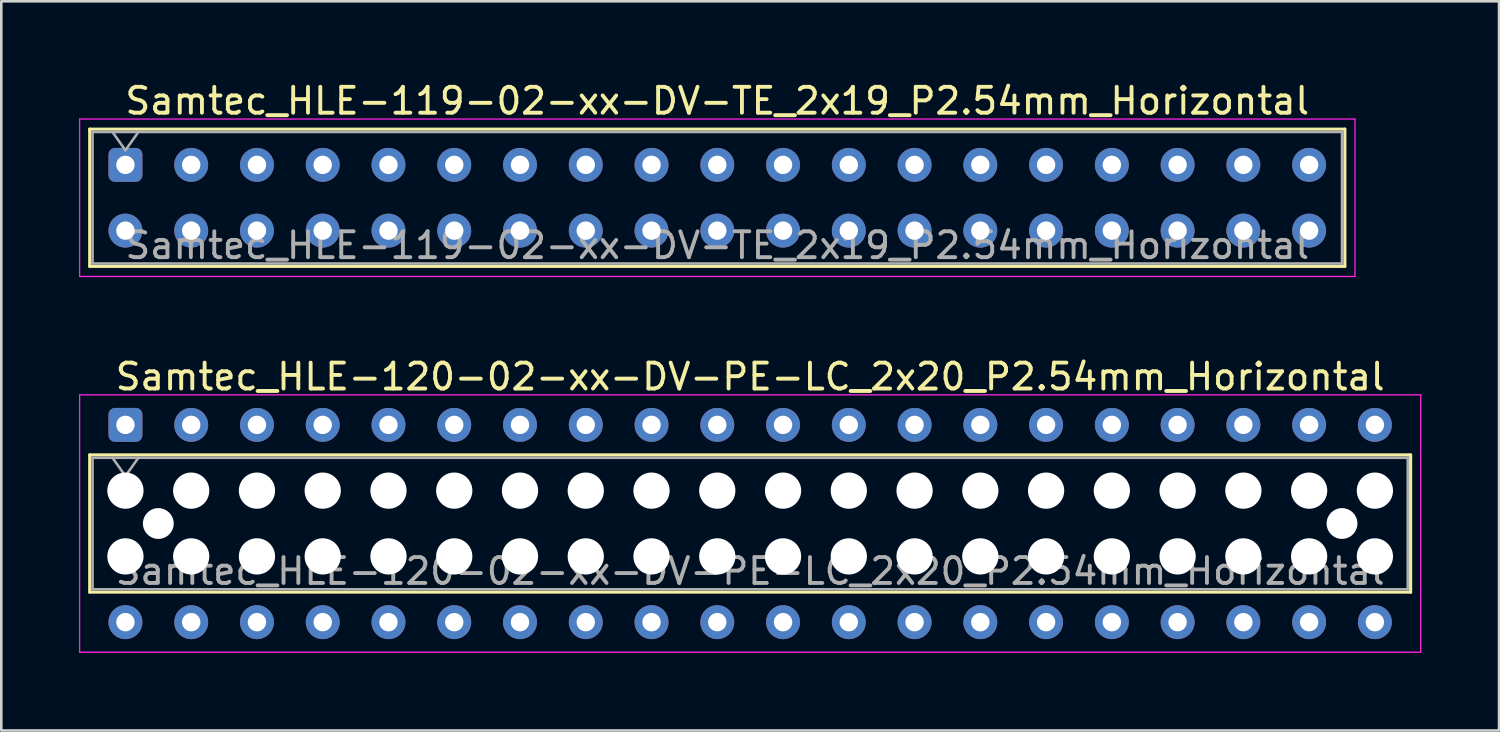
<source format=kicad_pcb>
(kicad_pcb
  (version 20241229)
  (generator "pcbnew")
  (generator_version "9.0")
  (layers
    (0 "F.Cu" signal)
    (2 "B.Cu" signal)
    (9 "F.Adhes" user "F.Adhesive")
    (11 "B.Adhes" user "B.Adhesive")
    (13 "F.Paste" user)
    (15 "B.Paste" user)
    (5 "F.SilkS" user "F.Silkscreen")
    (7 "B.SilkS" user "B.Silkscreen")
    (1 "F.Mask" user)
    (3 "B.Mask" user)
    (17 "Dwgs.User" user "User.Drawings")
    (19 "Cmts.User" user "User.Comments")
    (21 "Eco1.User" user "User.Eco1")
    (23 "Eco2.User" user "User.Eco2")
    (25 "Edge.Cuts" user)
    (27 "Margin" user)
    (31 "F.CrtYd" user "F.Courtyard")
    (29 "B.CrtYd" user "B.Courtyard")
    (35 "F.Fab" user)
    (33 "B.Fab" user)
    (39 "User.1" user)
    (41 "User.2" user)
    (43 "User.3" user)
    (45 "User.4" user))
  (footprint "Samtec_HLE-119-02-xx-DV-TE_2x19_P2.54mm_Horizontal"
    (layer "F.Cu")
    (at 1.795 3.318)
    (property "Reference" "Samtec_HLE-119-02-xx-DV-TE_2x19_P2.54mm_Horizontal" (at 22.86 -2.47 0) (layer "F.SilkS") (effects (font (size 1 1) (thickness 0.15))))
    (attr through_hole)
    (fp_line (start -1.38 -1.38) (end 47.1 -1.38) (stroke (width 0.12) (type solid)) (layer "F.SilkS"))
    (fp_line (start -1.38 3.92) (end -1.38 -1.38) (stroke (width 0.12) (type solid)) (layer "F.SilkS"))
    (fp_line (start 47.1 -1.38) (end 47.1 3.92) (stroke (width 0.12) (type solid)) (layer "F.SilkS"))
    (fp_line (start 47.1 3.92) (end -1.38 3.92) (stroke (width 0.12) (type solid)) (layer "F.SilkS"))
    (fp_line (start -1.77 -1.77) (end 47.49 -1.77) (stroke (width 0.05) (type solid)) (layer "F.CrtYd"))
    (fp_line (start -1.77 4.31) (end -1.77 -1.77) (stroke (width 0.05) (type solid)) (layer "F.CrtYd"))
    (fp_line (start 47.49 -1.77) (end 47.49 4.31) (stroke (width 0.05) (type solid)) (layer "F.CrtYd"))
    (fp_line (start 47.49 4.31) (end -1.77 4.31) (stroke (width 0.05) (type solid)) (layer "F.CrtYd"))
    (fp_line (start -1.27 -1.27) (end 46.99 -1.27) (stroke (width 0.1) (type solid)) (layer "F.Fab"))
    (fp_line (start -1.27 3.81) (end -1.27 -1.27) (stroke (width 0.1) (type solid)) (layer "F.Fab"))
    (fp_line (start -0.5 -1.27) (end 0 -0.563) (stroke (width 0.1) (type solid)) (layer "F.Fab"))
    (fp_line (start 0 -0.563) (end 0.5 -1.27) (stroke (width 0.1) (type solid)) (layer "F.Fab"))
    (fp_line (start 46.99 -1.27) (end 46.99 3.81) (stroke (width 0.1) (type solid)) (layer "F.Fab"))
    (fp_line (start 46.99 3.81) (end -1.27 3.81) (stroke (width 0.1) (type solid)) (layer "F.Fab"))
    (fp_text user "${REFERENCE}" (at 22.86 3.11 0) (layer "F.Fab") (effects (font (size 1 1) (thickness 0.15))))
    (pad "1" thru_hole roundrect (at 0 0) (size 1.31 1.31) (drill 0.71) (layers "*.Cu" "*.Mask") (roundrect_rratio 0.191))
    (pad "2" thru_hole circle (at 0 2.54) (size 1.31 1.31) (drill 0.71) (layers "*.Cu" "*.Mask"))
    (pad "3" thru_hole circle (at 2.54 0) (size 1.31 1.31) (drill 0.71) (layers "*.Cu" "*.Mask"))
    (pad "4" thru_hole circle (at 2.54 2.54) (size 1.31 1.31) (drill 0.71) (layers "*.Cu" "*.Mask"))
    (pad "5" thru_hole circle (at 5.08 0) (size 1.31 1.31) (drill 0.71) (layers "*.Cu" "*.Mask"))
    (pad "6" thru_hole circle (at 5.08 2.54) (size 1.31 1.31) (drill 0.71) (layers "*.Cu" "*.Mask"))
    (pad "7" thru_hole circle (at 7.62 0) (size 1.31 1.31) (drill 0.71) (layers "*.Cu" "*.Mask"))
    (pad "8" thru_hole circle (at 7.62 2.54) (size 1.31 1.31) (drill 0.71) (layers "*.Cu" "*.Mask"))
    (pad "9" thru_hole circle (at 10.16 0) (size 1.31 1.31) (drill 0.71) (layers "*.Cu" "*.Mask"))
    (pad "10" thru_hole circle (at 10.16 2.54) (size 1.31 1.31) (drill 0.71) (layers "*.Cu" "*.Mask"))
    (pad "11" thru_hole circle (at 12.7 0) (size 1.31 1.31) (drill 0.71) (layers "*.Cu" "*.Mask"))
    (pad "12" thru_hole circle (at 12.7 2.54) (size 1.31 1.31) (drill 0.71) (layers "*.Cu" "*.Mask"))
    (pad "13" thru_hole circle (at 15.24 0) (size 1.31 1.31) (drill 0.71) (layers "*.Cu" "*.Mask"))
    (pad "14" thru_hole circle (at 15.24 2.54) (size 1.31 1.31) (drill 0.71) (layers "*.Cu" "*.Mask"))
    (pad "15" thru_hole circle (at 17.78 0) (size 1.31 1.31) (drill 0.71) (layers "*.Cu" "*.Mask"))
    (pad "16" thru_hole circle (at 17.78 2.54) (size 1.31 1.31) (drill 0.71) (layers "*.Cu" "*.Mask"))
    (pad "17" thru_hole circle (at 20.32 0) (size 1.31 1.31) (drill 0.71) (layers "*.Cu" "*.Mask"))
    (pad "18" thru_hole circle (at 20.32 2.54) (size 1.31 1.31) (drill 0.71) (layers "*.Cu" "*.Mask"))
    (pad "19" thru_hole circle (at 22.86 0) (size 1.31 1.31) (drill 0.71) (layers "*.Cu" "*.Mask"))
    (pad "20" thru_hole circle (at 22.86 2.54) (size 1.31 1.31) (drill 0.71) (layers "*.Cu" "*.Mask"))
    (pad "21" thru_hole circle (at 25.4 0) (size 1.31 1.31) (drill 0.71) (layers "*.Cu" "*.Mask"))
    (pad "22" thru_hole circle (at 25.4 2.54) (size 1.31 1.31) (drill 0.71) (layers "*.Cu" "*.Mask"))
    (pad "23" thru_hole circle (at 27.94 0) (size 1.31 1.31) (drill 0.71) (layers "*.Cu" "*.Mask"))
    (pad "24" thru_hole circle (at 27.94 2.54) (size 1.31 1.31) (drill 0.71) (layers "*.Cu" "*.Mask"))
    (pad "25" thru_hole circle (at 30.48 0) (size 1.31 1.31) (drill 0.71) (layers "*.Cu" "*.Mask"))
    (pad "26" thru_hole circle (at 30.48 2.54) (size 1.31 1.31) (drill 0.71) (layers "*.Cu" "*.Mask"))
    (pad "27" thru_hole circle (at 33.02 0) (size 1.31 1.31) (drill 0.71) (layers "*.Cu" "*.Mask"))
    (pad "28" thru_hole circle (at 33.02 2.54) (size 1.31 1.31) (drill 0.71) (layers "*.Cu" "*.Mask"))
    (pad "29" thru_hole circle (at 35.56 0) (size 1.31 1.31) (drill 0.71) (layers "*.Cu" "*.Mask"))
    (pad "30" thru_hole circle (at 35.56 2.54) (size 1.31 1.31) (drill 0.71) (layers "*.Cu" "*.Mask"))
    (pad "31" thru_hole circle (at 38.1 0) (size 1.31 1.31) (drill 0.71) (layers "*.Cu" "*.Mask"))
    (pad "32" thru_hole circle (at 38.1 2.54) (size 1.31 1.31) (drill 0.71) (layers "*.Cu" "*.Mask"))
    (pad "33" thru_hole circle (at 40.64 0) (size 1.31 1.31) (drill 0.71) (layers "*.Cu" "*.Mask"))
    (pad "34" thru_hole circle (at 40.64 2.54) (size 1.31 1.31) (drill 0.71) (layers "*.Cu" "*.Mask"))
    (pad "35" thru_hole circle (at 43.18 0) (size 1.31 1.31) (drill 0.71) (layers "*.Cu" "*.Mask"))
    (pad "36" thru_hole circle (at 43.18 2.54) (size 1.31 1.31) (drill 0.71) (layers "*.Cu" "*.Mask"))
    (pad "37" thru_hole circle (at 45.72 0) (size 1.31 1.31) (drill 0.71) (layers "*.Cu" "*.Mask"))
    (pad "38" thru_hole circle (at 45.72 2.54) (size 1.31 1.31) (drill 0.71) (layers "*.Cu" "*.Mask")))
  (footprint "Samtec_HLE-120-02-xx-DV-PE-LC_2x20_P2.54mm_Horizontal"
    (layer "F.Cu")
    (at 1.795 13.361)
    (property "Reference" "Samtec_HLE-120-02-xx-DV-PE-LC_2x20_P2.54mm_Horizontal" (at 24.13 -1.86 0) (layer "F.SilkS") (effects (font (size 1 1) (thickness 0.15))))
    (attr through_hole)
    (fp_line (start -1.38 1.16) (end 49.64 1.16) (stroke (width 0.12) (type solid)) (layer "F.SilkS"))
    (fp_line (start -1.38 6.46) (end -1.38 1.16) (stroke (width 0.12) (type solid)) (layer "F.SilkS"))
    (fp_line (start 49.64 1.16) (end 49.64 6.46) (stroke (width 0.12) (type solid)) (layer "F.SilkS"))
    (fp_line (start 49.64 6.46) (end -1.38 6.46) (stroke (width 0.12) (type solid)) (layer "F.SilkS"))
    (fp_line (start -1.77 -1.16) (end 50.03 -1.16) (stroke (width 0.05) (type solid)) (layer "F.CrtYd"))
    (fp_line (start -1.77 8.78) (end -1.77 -1.16) (stroke (width 0.05) (type solid)) (layer "F.CrtYd"))
    (fp_line (start 50.03 -1.16) (end 50.03 8.78) (stroke (width 0.05) (type solid)) (layer "F.CrtYd"))
    (fp_line (start 50.03 8.78) (end -1.77 8.78) (stroke (width 0.05) (type solid)) (layer "F.CrtYd"))
    (fp_line (start -1.27 1.27) (end 49.53 1.27) (stroke (width 0.1) (type solid)) (layer "F.Fab"))
    (fp_line (start -1.27 6.35) (end -1.27 1.27) (stroke (width 0.1) (type solid)) (layer "F.Fab"))
    (fp_line (start -0.5 1.27) (end 0 1.977) (stroke (width 0.1) (type solid)) (layer "F.Fab"))
    (fp_line (start 0 1.977) (end 0.5 1.27) (stroke (width 0.1) (type solid)) (layer "F.Fab"))
    (fp_line (start 49.53 1.27) (end 49.53 6.35) (stroke (width 0.1) (type solid)) (layer "F.Fab"))
    (fp_line (start 49.53 6.35) (end -1.27 6.35) (stroke (width 0.1) (type solid)) (layer "F.Fab"))
    (fp_text user "${REFERENCE}" (at 24.13 5.65 0) (layer "F.Fab") (effects (font (size 1 1) (thickness 0.15))))
    (pad "" np_thru_hole circle (at 0 2.54) (size 1.4 1.4) (drill 1.4) (layers "*.Cu" "*.Mask"))
    (pad "" np_thru_hole circle (at 0 5.08) (size 1.4 1.4) (drill 1.4) (layers "*.Cu" "*.Mask"))
    (pad "" np_thru_hole circle (at 1.27 3.81) (size 1.19 1.19) (drill 1.19) (layers "*.Cu" "*.Mask"))
    (pad "" np_thru_hole circle (at 2.54 2.54) (size 1.4 1.4) (drill 1.4) (layers "*.Cu" "*.Mask"))
    (pad "" np_thru_hole circle (at 2.54 5.08) (size 1.4 1.4) (drill 1.4) (layers "*.Cu" "*.Mask"))
    (pad "" np_thru_hole circle (at 5.08 2.54) (size 1.4 1.4) (drill 1.4) (layers "*.Cu" "*.Mask"))
    (pad "" np_thru_hole circle (at 5.08 5.08) (size 1.4 1.4) (drill 1.4) (layers "*.Cu" "*.Mask"))
    (pad "" np_thru_hole circle (at 7.62 2.54) (size 1.4 1.4) (drill 1.4) (layers "*.Cu" "*.Mask"))
    (pad "" np_thru_hole circle (at 7.62 5.08) (size 1.4 1.4) (drill 1.4) (layers "*.Cu" "*.Mask"))
    (pad "" np_thru_hole circle (at 10.16 2.54) (size 1.4 1.4) (drill 1.4) (layers "*.Cu" "*.Mask"))
    (pad "" np_thru_hole circle (at 10.16 5.08) (size 1.4 1.4) (drill 1.4) (layers "*.Cu" "*.Mask"))
    (pad "" np_thru_hole circle (at 12.7 2.54) (size 1.4 1.4) (drill 1.4) (layers "*.Cu" "*.Mask"))
    (pad "" np_thru_hole circle (at 12.7 5.08) (size 1.4 1.4) (drill 1.4) (layers "*.Cu" "*.Mask"))
    (pad "" np_thru_hole circle (at 15.24 2.54) (size 1.4 1.4) (drill 1.4) (layers "*.Cu" "*.Mask"))
    (pad "" np_thru_hole circle (at 15.24 5.08) (size 1.4 1.4) (drill 1.4) (layers "*.Cu" "*.Mask"))
    (pad "" np_thru_hole circle (at 17.78 2.54) (size 1.4 1.4) (drill 1.4) (layers "*.Cu" "*.Mask"))
    (pad "" np_thru_hole circle (at 17.78 5.08) (size 1.4 1.4) (drill 1.4) (layers "*.Cu" "*.Mask"))
    (pad "" np_thru_hole circle (at 20.32 2.54) (size 1.4 1.4) (drill 1.4) (layers "*.Cu" "*.Mask"))
    (pad "" np_thru_hole circle (at 20.32 5.08) (size 1.4 1.4) (drill 1.4) (layers "*.Cu" "*.Mask"))
    (pad "" np_thru_hole circle (at 22.86 2.54) (size 1.4 1.4) (drill 1.4) (layers "*.Cu" "*.Mask"))
    (pad "" np_thru_hole circle (at 22.86 5.08) (size 1.4 1.4) (drill 1.4) (layers "*.Cu" "*.Mask"))
    (pad "" np_thru_hole circle (at 25.4 2.54) (size 1.4 1.4) (drill 1.4) (layers "*.Cu" "*.Mask"))
    (pad "" np_thru_hole circle (at 25.4 5.08) (size 1.4 1.4) (drill 1.4) (layers "*.Cu" "*.Mask"))
    (pad "" np_thru_hole circle (at 27.94 2.54) (size 1.4 1.4) (drill 1.4) (layers "*.Cu" "*.Mask"))
    (pad "" np_thru_hole circle (at 27.94 5.08) (size 1.4 1.4) (drill 1.4) (layers "*.Cu" "*.Mask"))
    (pad "" np_thru_hole circle (at 30.48 2.54) (size 1.4 1.4) (drill 1.4) (layers "*.Cu" "*.Mask"))
    (pad "" np_thru_hole circle (at 30.48 5.08) (size 1.4 1.4) (drill 1.4) (layers "*.Cu" "*.Mask"))
    (pad "" np_thru_hole circle (at 33.02 2.54) (size 1.4 1.4) (drill 1.4) (layers "*.Cu" "*.Mask"))
    (pad "" np_thru_hole circle (at 33.02 5.08) (size 1.4 1.4) (drill 1.4) (layers "*.Cu" "*.Mask"))
    (pad "" np_thru_hole circle (at 35.56 2.54) (size 1.4 1.4) (drill 1.4) (layers "*.Cu" "*.Mask"))
    (pad "" np_thru_hole circle (at 35.56 5.08) (size 1.4 1.4) (drill 1.4) (layers "*.Cu" "*.Mask"))
    (pad "" np_thru_hole circle (at 38.1 2.54) (size 1.4 1.4) (drill 1.4) (layers "*.Cu" "*.Mask"))
    (pad "" np_thru_hole circle (at 38.1 5.08) (size 1.4 1.4) (drill 1.4) (layers "*.Cu" "*.Mask"))
    (pad "" np_thru_hole circle (at 40.64 2.54) (size 1.4 1.4) (drill 1.4) (layers "*.Cu" "*.Mask"))
    (pad "" np_thru_hole circle (at 40.64 5.08) (size 1.4 1.4) (drill 1.4) (layers "*.Cu" "*.Mask"))
    (pad "" np_thru_hole circle (at 43.18 2.54) (size 1.4 1.4) (drill 1.4) (layers "*.Cu" "*.Mask"))
    (pad "" np_thru_hole circle (at 43.18 5.08) (size 1.4 1.4) (drill 1.4) (layers "*.Cu" "*.Mask"))
    (pad "" np_thru_hole circle (at 45.72 2.54) (size 1.4 1.4) (drill 1.4) (layers "*.Cu" "*.Mask"))
    (pad "" np_thru_hole circle (at 45.72 5.08) (size 1.4 1.4) (drill 1.4) (layers "*.Cu" "*.Mask"))
    (pad "" np_thru_hole circle (at 46.99 3.81) (size 1.19 1.19) (drill 1.19) (layers "*.Cu" "*.Mask"))
    (pad "" np_thru_hole circle (at 48.26 2.54) (size 1.4 1.4) (drill 1.4) (layers "*.Cu" "*.Mask"))
    (pad "" np_thru_hole circle (at 48.26 5.08) (size 1.4 1.4) (drill 1.4) (layers "*.Cu" "*.Mask"))
    (pad "1" thru_hole roundrect (at 0 0) (size 1.31 1.31) (drill 0.71) (layers "*.Cu" "*.Mask") (roundrect_rratio 0.191))
    (pad "2" thru_hole circle (at 0 7.62) (size 1.31 1.31) (drill 0.71) (layers "*.Cu" "*.Mask"))
    (pad "3" thru_hole circle (at 2.54 0) (size 1.31 1.31) (drill 0.71) (layers "*.Cu" "*.Mask"))
    (pad "4" thru_hole circle (at 2.54 7.62) (size 1.31 1.31) (drill 0.71) (layers "*.Cu" "*.Mask"))
    (pad "5" thru_hole circle (at 5.08 0) (size 1.31 1.31) (drill 0.71) (layers "*.Cu" "*.Mask"))
    (pad "6" thru_hole circle (at 5.08 7.62) (size 1.31 1.31) (drill 0.71) (layers "*.Cu" "*.Mask"))
    (pad "7" thru_hole circle (at 7.62 0) (size 1.31 1.31) (drill 0.71) (layers "*.Cu" "*.Mask"))
    (pad "8" thru_hole circle (at 7.62 7.62) (size 1.31 1.31) (drill 0.71) (layers "*.Cu" "*.Mask"))
    (pad "9" thru_hole circle (at 10.16 0) (size 1.31 1.31) (drill 0.71) (layers "*.Cu" "*.Mask"))
    (pad "10" thru_hole circle (at 10.16 7.62) (size 1.31 1.31) (drill 0.71) (layers "*.Cu" "*.Mask"))
    (pad "11" thru_hole circle (at 12.7 0) (size 1.31 1.31) (drill 0.71) (layers "*.Cu" "*.Mask"))
    (pad "12" thru_hole circle (at 12.7 7.62) (size 1.31 1.31) (drill 0.71) (layers "*.Cu" "*.Mask"))
    (pad "13" thru_hole circle (at 15.24 0) (size 1.31 1.31) (drill 0.71) (layers "*.Cu" "*.Mask"))
    (pad "14" thru_hole circle (at 15.24 7.62) (size 1.31 1.31) (drill 0.71) (layers "*.Cu" "*.Mask"))
    (pad "15" thru_hole circle (at 17.78 0) (size 1.31 1.31) (drill 0.71) (layers "*.Cu" "*.Mask"))
    (pad "16" thru_hole circle (at 17.78 7.62) (size 1.31 1.31) (drill 0.71) (layers "*.Cu" "*.Mask"))
    (pad "17" thru_hole circle (at 20.32 0) (size 1.31 1.31) (drill 0.71) (layers "*.Cu" "*.Mask"))
    (pad "18" thru_hole circle (at 20.32 7.62) (size 1.31 1.31) (drill 0.71) (layers "*.Cu" "*.Mask"))
    (pad "19" thru_hole circle (at 22.86 0) (size 1.31 1.31) (drill 0.71) (layers "*.Cu" "*.Mask"))
    (pad "20" thru_hole circle (at 22.86 7.62) (size 1.31 1.31) (drill 0.71) (layers "*.Cu" "*.Mask"))
    (pad "21" thru_hole circle (at 25.4 0) (size 1.31 1.31) (drill 0.71) (layers "*.Cu" "*.Mask"))
    (pad "22" thru_hole circle (at 25.4 7.62) (size 1.31 1.31) (drill 0.71) (layers "*.Cu" "*.Mask"))
    (pad "23" thru_hole circle (at 27.94 0) (size 1.31 1.31) (drill 0.71) (layers "*.Cu" "*.Mask"))
    (pad "24" thru_hole circle (at 27.94 7.62) (size 1.31 1.31) (drill 0.71) (layers "*.Cu" "*.Mask"))
    (pad "25" thru_hole circle (at 30.48 0) (size 1.31 1.31) (drill 0.71) (layers "*.Cu" "*.Mask"))
    (pad "26" thru_hole circle (at 30.48 7.62) (size 1.31 1.31) (drill 0.71) (layers "*.Cu" "*.Mask"))
    (pad "27" thru_hole circle (at 33.02 0) (size 1.31 1.31) (drill 0.71) (layers "*.Cu" "*.Mask"))
    (pad "28" thru_hole circle (at 33.02 7.62) (size 1.31 1.31) (drill 0.71) (layers "*.Cu" "*.Mask"))
    (pad "29" thru_hole circle (at 35.56 0) (size 1.31 1.31) (drill 0.71) (layers "*.Cu" "*.Mask"))
    (pad "30" thru_hole circle (at 35.56 7.62) (size 1.31 1.31) (drill 0.71) (layers "*.Cu" "*.Mask"))
    (pad "31" thru_hole circle (at 38.1 0) (size 1.31 1.31) (drill 0.71) (layers "*.Cu" "*.Mask"))
    (pad "32" thru_hole circle (at 38.1 7.62) (size 1.31 1.31) (drill 0.71) (layers "*.Cu" "*.Mask"))
    (pad "33" thru_hole circle (at 40.64 0) (size 1.31 1.31) (drill 0.71) (layers "*.Cu" "*.Mask"))
    (pad "34" thru_hole circle (at 40.64 7.62) (size 1.31 1.31) (drill 0.71) (layers "*.Cu" "*.Mask"))
    (pad "35" thru_hole circle (at 43.18 0) (size 1.31 1.31) (drill 0.71) (layers "*.Cu" "*.Mask"))
    (pad "36" thru_hole circle (at 43.18 7.62) (size 1.31 1.31) (drill 0.71) (layers "*.Cu" "*.Mask"))
    (pad "37" thru_hole circle (at 45.72 0) (size 1.31 1.31) (drill 0.71) (layers "*.Cu" "*.Mask"))
    (pad "38" thru_hole circle (at 45.72 7.62) (size 1.31 1.31) (drill 0.71) (layers "*.Cu" "*.Mask"))
    (pad "39" thru_hole circle (at 48.26 0) (size 1.31 1.31) (drill 0.71) (layers "*.Cu" "*.Mask"))
    (pad "40" thru_hole circle (at 48.26 7.62) (size 1.31 1.31) (drill 0.71) (layers "*.Cu" "*.Mask")))
  (gr_rect
    (start -3 -3)
    (end 54.85 25.166)
    (stroke (width 0.1) (type default))
    (fill no)
    (layer "Edge.Cuts")))
</source>
